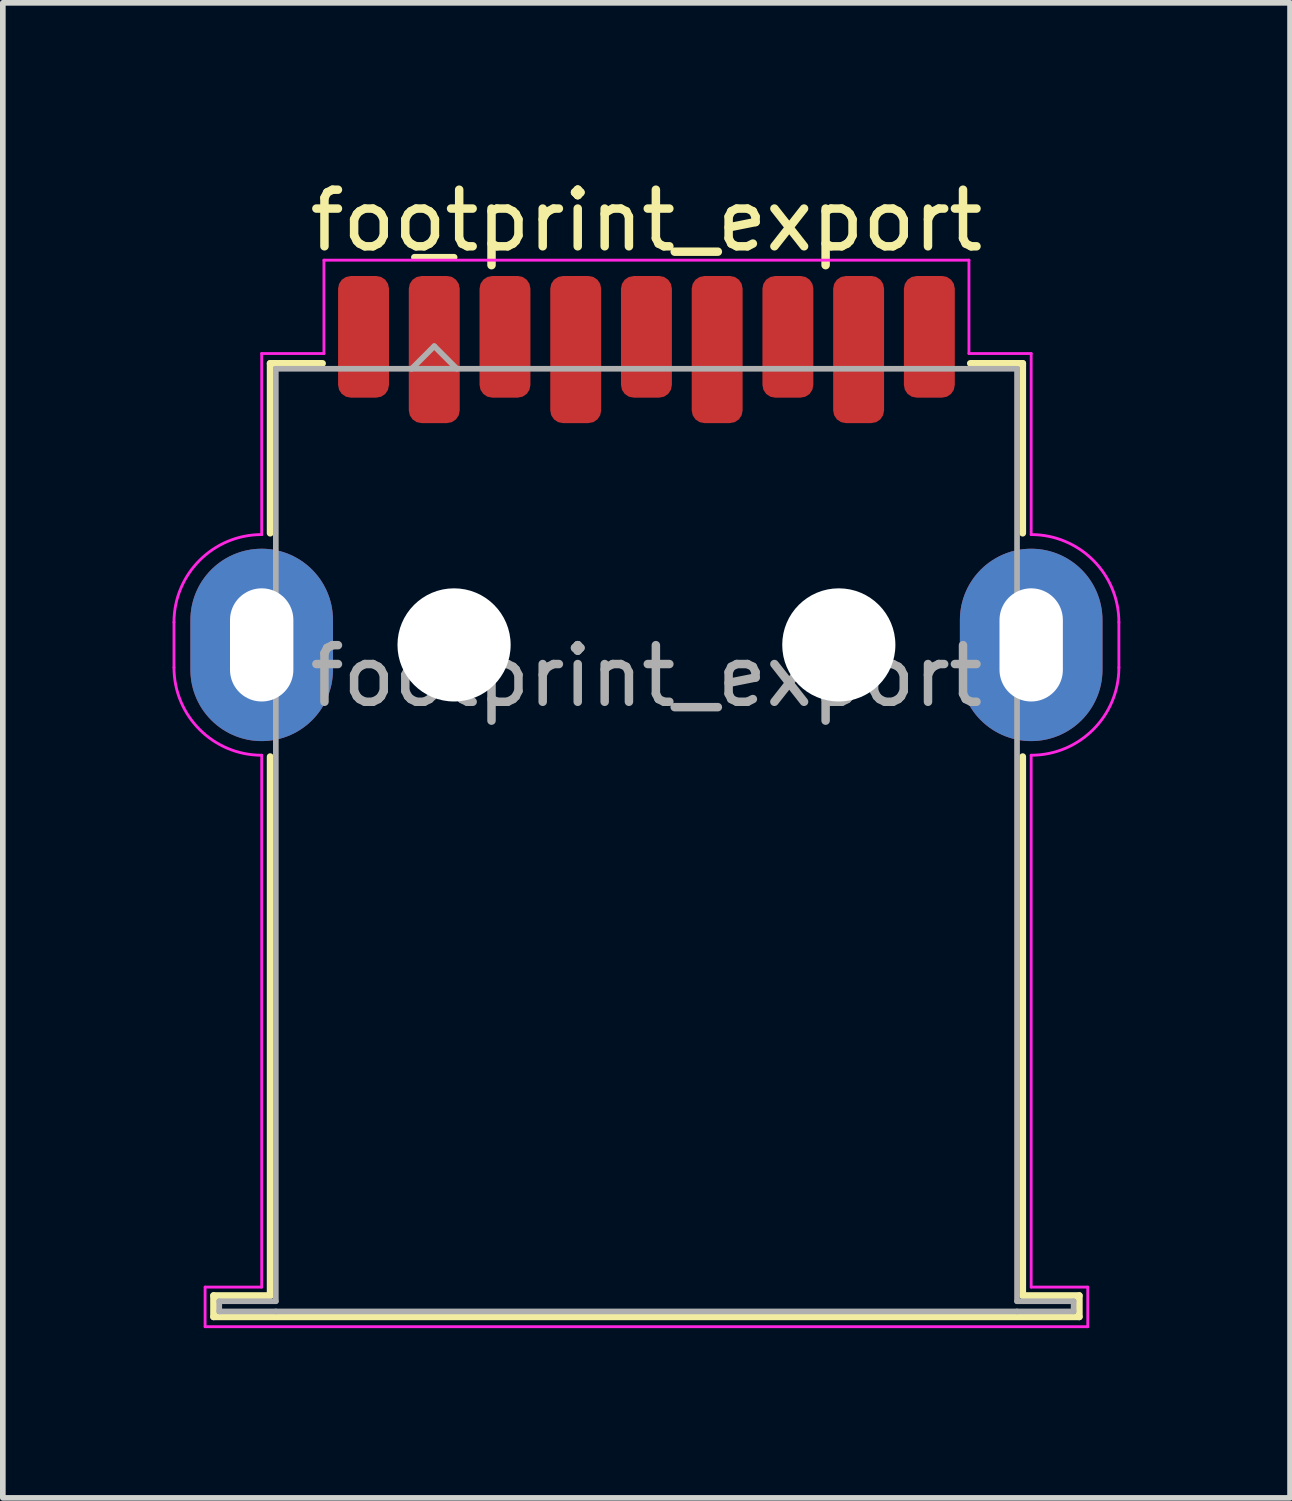
<source format=kicad_pcb>
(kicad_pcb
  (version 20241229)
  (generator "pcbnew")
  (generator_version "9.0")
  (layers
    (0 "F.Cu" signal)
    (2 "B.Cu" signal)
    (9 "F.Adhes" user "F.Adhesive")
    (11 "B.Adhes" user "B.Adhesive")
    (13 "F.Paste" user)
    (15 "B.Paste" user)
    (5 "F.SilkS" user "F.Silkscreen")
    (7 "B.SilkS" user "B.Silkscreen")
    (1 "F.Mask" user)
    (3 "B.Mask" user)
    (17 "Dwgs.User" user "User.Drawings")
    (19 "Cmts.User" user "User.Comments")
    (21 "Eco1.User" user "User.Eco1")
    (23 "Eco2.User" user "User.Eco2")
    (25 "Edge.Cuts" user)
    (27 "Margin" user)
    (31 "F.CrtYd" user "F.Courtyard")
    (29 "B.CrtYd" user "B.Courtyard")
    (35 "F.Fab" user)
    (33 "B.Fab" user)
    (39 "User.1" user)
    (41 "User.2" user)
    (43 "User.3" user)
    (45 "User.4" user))
  (footprint "footprint_export"
    (layer "F.Cu")
    (at 8.375 11.798)
    (property "Reference" "footprint_export" (at 0 -10.95 0) (layer "F.SilkS") (effects (font (size 1 1) (thickness 0.15))))
    (attr smd)
    (fp_line (start -7.65 8.05) (end -6.65 8.05) (stroke (width 0.12) (type solid)) (layer "F.SilkS"))
    (fp_line (start -7.65 8.425) (end -7.65 8.05) (stroke (width 0.12) (type solid)) (layer "F.SilkS"))
    (fp_line (start -7.65 8.425) (end 7.65 8.425) (stroke (width 0.12) (type solid)) (layer "F.SilkS"))
    (fp_line (start -6.65 -8.425) (end -6.65 -5.425) (stroke (width 0.12) (type solid)) (layer "F.SilkS"))
    (fp_line (start -6.65 8.05) (end -6.65 -1.475) (stroke (width 0.12) (type solid)) (layer "F.SilkS"))
    (fp_line (start -5.725 -8.425) (end -6.65 -8.425) (stroke (width 0.12) (type solid)) (layer "F.SilkS"))
    (fp_line (start -3.4 -10.3) (end -4.1 -10.3) (stroke (width 0.12) (type solid)) (layer "F.SilkS"))
    (fp_line (start 5.725 -8.425) (end 6.65 -8.425) (stroke (width 0.12) (type solid)) (layer "F.SilkS"))
    (fp_line (start 6.65 -8.425) (end 6.65 -5.425) (stroke (width 0.12) (type solid)) (layer "F.SilkS"))
    (fp_line (start 6.65 8.05) (end 6.65 -1.475) (stroke (width 0.12) (type solid)) (layer "F.SilkS"))
    (fp_line (start 7.65 8.05) (end 6.65 8.05) (stroke (width 0.12) (type solid)) (layer "F.SilkS"))
    (fp_line (start 7.65 8.425) (end 7.65 8.05) (stroke (width 0.12) (type solid)) (layer "F.SilkS"))
    (fp_line (start -8.35 -3.85) (end -8.35 -3.05) (stroke (width 0.05) (type solid)) (layer "F.CrtYd"))
    (fp_line (start -7.8 7.9) (end -7.8 8.6) (stroke (width 0.05) (type solid)) (layer "F.CrtYd"))
    (fp_line (start -7.8 8.6) (end 7.8 8.6) (stroke (width 0.05) (type solid)) (layer "F.CrtYd"))
    (fp_line (start -6.8 -8.6) (end -6.8 -5.4) (stroke (width 0.05) (type solid)) (layer "F.CrtYd"))
    (fp_line (start -6.8 -1.5) (end -6.8 7.9) (stroke (width 0.05) (type solid)) (layer "F.CrtYd"))
    (fp_line (start -6.8 7.9) (end -7.8 7.9) (stroke (width 0.05) (type solid)) (layer "F.CrtYd"))
    (fp_line (start -5.7 -10.25) (end -5.7 -8.6) (stroke (width 0.05) (type solid)) (layer "F.CrtYd"))
    (fp_line (start -5.7 -8.6) (end -6.8 -8.6) (stroke (width 0.05) (type solid)) (layer "F.CrtYd"))
    (fp_line (start 5.7 -10.25) (end -5.7 -10.25) (stroke (width 0.05) (type solid)) (layer "F.CrtYd"))
    (fp_line (start 5.7 -8.6) (end 5.7 -10.25) (stroke (width 0.05) (type solid)) (layer "F.CrtYd"))
    (fp_line (start 6.8 -8.6) (end 5.7 -8.6) (stroke (width 0.05) (type solid)) (layer "F.CrtYd"))
    (fp_line (start 6.8 -5.4) (end 6.8 -8.6) (stroke (width 0.05) (type solid)) (layer "F.CrtYd"))
    (fp_line (start 6.8 7.9) (end 6.8 -1.5) (stroke (width 0.05) (type solid)) (layer "F.CrtYd"))
    (fp_line (start 7.8 7.9) (end 6.8 7.9) (stroke (width 0.05) (type solid)) (layer "F.CrtYd"))
    (fp_line (start 7.8 8.6) (end 7.8 7.9) (stroke (width 0.05) (type solid)) (layer "F.CrtYd"))
    (fp_line (start 8.35 -3.05) (end 8.35 -3.85) (stroke (width 0.05) (type solid)) (layer "F.CrtYd"))
    (fp_arc (start -8.35 -3.85) (mid -7.896016 -4.946016) (end -6.8 -5.4) (stroke (width 0.05) (type solid)) (layer "F.CrtYd"))
    (fp_arc (start -6.8 -1.5) (mid -7.896016 -1.953984) (end -8.35 -3.05) (stroke (width 0.05) (type solid)) (layer "F.CrtYd"))
    (fp_arc (start 6.8 -5.4) (mid 7.896016 -4.946016) (end 8.35 -3.85) (stroke (width 0.05) (type solid)) (layer "F.CrtYd"))
    (fp_arc (start 8.35 -3.05) (mid 7.896016 -1.953984) (end 6.8 -1.5) (stroke (width 0.05) (type solid)) (layer "F.CrtYd"))
    (fp_line (start -7.55 8.15) (end -7.55 8.33) (stroke (width 0.1) (type solid)) (layer "F.Fab"))
    (fp_line (start -6.55 -8.33) (end 6.55 -8.33) (stroke (width 0.1) (type solid)) (layer "F.Fab"))
    (fp_line (start -6.55 8.15) (end -7.55 8.15) (stroke (width 0.1) (type solid)) (layer "F.Fab"))
    (fp_line (start -6.55 8.15) (end -6.55 -8.33) (stroke (width 0.1) (type solid)) (layer "F.Fab"))
    (fp_line (start -6.55 8.33) (end -7.55 8.33) (stroke (width 0.1) (type solid)) (layer "F.Fab"))
    (fp_line (start -3.75 -8.73) (end -4.15 -8.33) (stroke (width 0.1) (type solid)) (layer "F.Fab"))
    (fp_line (start -3.75 -8.73) (end -3.35 -8.33) (stroke (width 0.1) (type solid)) (layer "F.Fab"))
    (fp_line (start 6.55 -8.33) (end 6.55 8.15) (stroke (width 0.1) (type solid)) (layer "F.Fab"))
    (fp_line (start 6.55 8.15) (end 7.55 8.15) (stroke (width 0.1) (type solid)) (layer "F.Fab"))
    (fp_line (start 6.55 8.33) (end -6.55 8.33) (stroke (width 0.1) (type solid)) (layer "F.Fab"))
    (fp_line (start 6.55 8.33) (end 7.55 8.33) (stroke (width 0.1) (type solid)) (layer "F.Fab"))
    (fp_line (start 7.55 8.15) (end 7.55 8.33) (stroke (width 0.1) (type solid)) (layer "F.Fab"))
    (fp_text user "${REFERENCE}" (at 0 -2.9 0) (layer "F.Fab") (effects (font (size 1 1) (thickness 0.15))))
    (pad "" np_thru_hole circle (at -3.4 -3.45) (size 2 2) (drill 2) (layers "*.Cu" "*.Mask"))
    (pad "" np_thru_hole circle (at 3.4 -3.45) (size 2 2) (drill 2) (layers "*.Cu" "*.Mask"))
    (pad "1" smd roundrect (at -3.75 -8.67) (size 0.9 2.6) (layers "F.Cu" "F.Mask" "F.Paste") (roundrect_rratio 0.25))
    (pad "2" smd roundrect (at -1.25 -8.67) (size 0.9 2.6) (layers "F.Cu" "F.Mask" "F.Paste") (roundrect_rratio 0.25))
    (pad "3" smd roundrect (at 1.25 -8.67) (size 0.9 2.6) (layers "F.Cu" "F.Mask" "F.Paste") (roundrect_rratio 0.25))
    (pad "4" smd roundrect (at 3.75 -8.67) (size 0.9 2.6) (layers "F.Cu" "F.Mask" "F.Paste") (roundrect_rratio 0.25))
    (pad "5" smd roundrect (at 5 -8.895) (size 0.9 2.15) (layers "F.Cu" "F.Mask" "F.Paste") (roundrect_rratio 0.25))
    (pad "6" smd roundrect (at 2.5 -8.895) (size 0.9 2.15) (layers "F.Cu" "F.Mask" "F.Paste") (roundrect_rratio 0.25))
    (pad "7" smd roundrect (at 0 -8.895) (size 0.9 2.15) (layers "F.Cu" "F.Mask" "F.Paste") (roundrect_rratio 0.25))
    (pad "8" smd roundrect (at -2.5 -8.895) (size 0.9 2.15) (layers "F.Cu" "F.Mask" "F.Paste") (roundrect_rratio 0.25))
    (pad "9" smd roundrect (at -5 -8.895) (size 0.9 2.15) (layers "F.Cu" "F.Mask" "F.Paste") (roundrect_rratio 0.25))
    (pad "10" thru_hole oval (at -6.8 -3.45) (size 2.52 3.4) (drill oval 1.12 2) (layers "*.Cu" "*.Mask"))
    (pad "10" thru_hole oval (at 6.8 -3.45) (size 2.52 3.4) (drill oval 1.12 2) (layers "*.Cu" "*.Mask")))
  (gr_rect
    (start -3 -3)
    (end 19.75 23.423)
    (stroke (width 0.1) (type default))
    (fill no)
    (layer "Edge.Cuts")))
</source>
